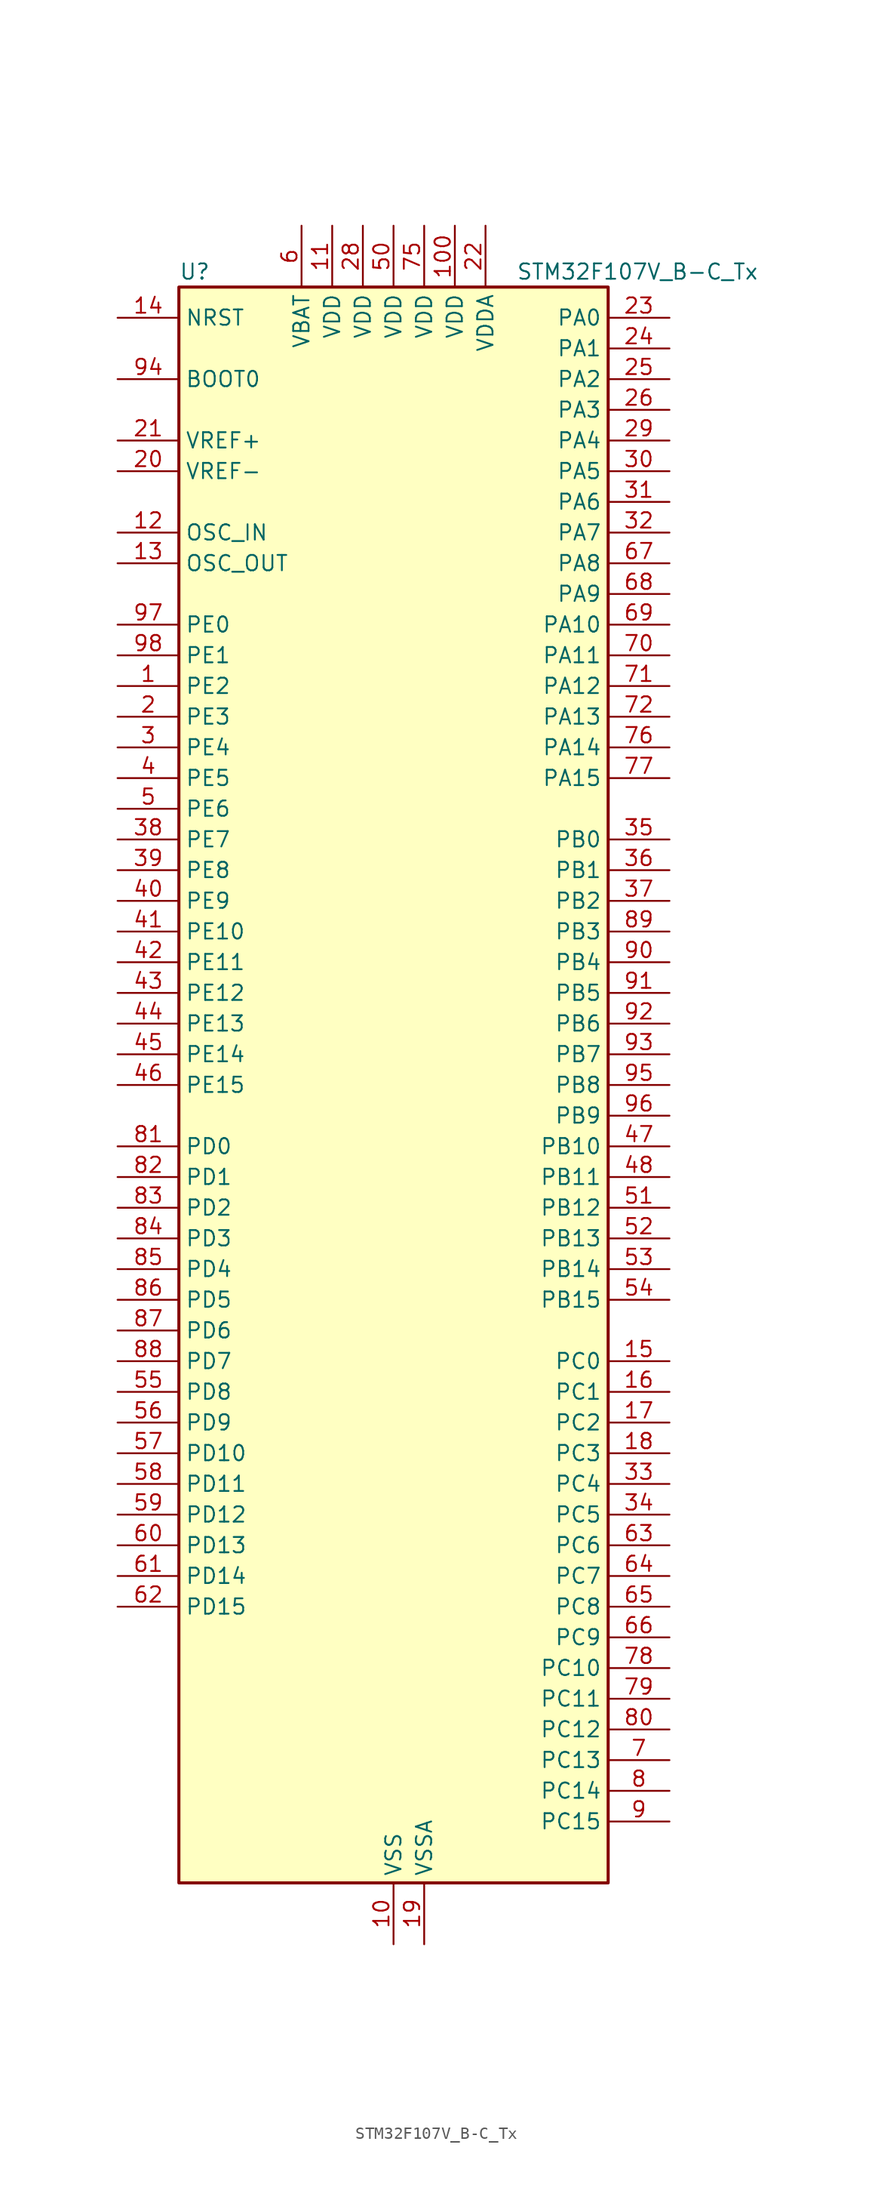
<source format=kicad_sym>
(kicad_symbol_lib
  (version 20231120)
  (generator "kicad_symbol_editor")
  (generator_version "8.0")
  (symbol "STM32F107V_B-C_Tx"
    (property "Reference" "U"
      (at -17.78 67.31 0)
      (effects (font (size 1.27 1.27)) (justify left)))
    (property "Value" "STM32F107V_B-C_Tx"
      (at 10.16 67.31 0)
      (effects (font (size 1.27 1.27)) (justify left)))
    (property "ki_locked" ""
      (at 0 0 0)
      (effects (font (size 1.27 1.27))))
    (symbol "STM32F107V_B-C_Tx_0_1"
      (rectangle (start -17.78 -66.04) (end 17.78 66.04) (stroke (width 0.254) (type default)) (fill (type background))))
    (symbol "STM32F107V_B-C_Tx_1_1"
      (pin bidirectional line (at -22.86 33.02 0) (length 5.08) (name "PE2" (effects (font (size 1.27 1.27)))) (number "1" (effects (font (size 1.27 1.27)))) (alternate "SYS_TRACECLK" bidirectional line))
      (pin power_in line (at 0 -71.12 90) (length 5.08) (name "VSS" (effects (font (size 1.27 1.27)))) (number "10" (effects (font (size 1.27 1.27)))))
      (pin power_in line (at 5.08 71.12 270) (length 5.08) (name "VDD" (effects (font (size 1.27 1.27)))) (number "100" (effects (font (size 1.27 1.27)))))
      (pin power_in line (at -5.08 71.12 270) (length 5.08) (name "VDD" (effects (font (size 1.27 1.27)))) (number "11" (effects (font (size 1.27 1.27)))))
      (pin input line (at -22.86 45.72 0) (length 5.08) (name "OSC_IN" (effects (font (size 1.27 1.27)))) (number "12" (effects (font (size 1.27 1.27)))) (alternate "RCC_OSC_IN" bidirectional line))
      (pin input line (at -22.86 43.18 0) (length 5.08) (name "OSC_OUT" (effects (font (size 1.27 1.27)))) (number "13" (effects (font (size 1.27 1.27)))) (alternate "RCC_OSC_OUT" bidirectional line))
      (pin input line (at -22.86 63.5 0) (length 5.08) (name "NRST" (effects (font (size 1.27 1.27)))) (number "14" (effects (font (size 1.27 1.27)))))
      (pin bidirectional line (at 22.86 -22.86 180) (length 5.08) (name "PC0" (effects (font (size 1.27 1.27)))) (number "15" (effects (font (size 1.27 1.27)))) (alternate "ADC1_IN10" bidirectional line) (alternate "ADC2_IN10" bidirectional line))
      (pin bidirectional line (at 22.86 -25.4 180) (length 5.08) (name "PC1" (effects (font (size 1.27 1.27)))) (number "16" (effects (font (size 1.27 1.27)))) (alternate "ADC1_IN11" bidirectional line) (alternate "ADC2_IN11" bidirectional line) (alternate "ETH_MDC" bidirectional line))
      (pin bidirectional line (at 22.86 -27.94 180) (length 5.08) (name "PC2" (effects (font (size 1.27 1.27)))) (number "17" (effects (font (size 1.27 1.27)))) (alternate "ADC1_IN12" bidirectional line) (alternate "ADC2_IN12" bidirectional line) (alternate "ETH_TXD2" bidirectional line))
      (pin bidirectional line (at 22.86 -30.48 180) (length 5.08) (name "PC3" (effects (font (size 1.27 1.27)))) (number "18" (effects (font (size 1.27 1.27)))) (alternate "ADC1_IN13" bidirectional line) (alternate "ADC2_IN13" bidirectional line) (alternate "ETH_TX_CLK" bidirectional line))
      (pin power_in line (at 2.54 -71.12 90) (length 5.08) (name "VSSA" (effects (font (size 1.27 1.27)))) (number "19" (effects (font (size 1.27 1.27)))))
      (pin bidirectional line (at -22.86 30.48 0) (length 5.08) (name "PE3" (effects (font (size 1.27 1.27)))) (number "2" (effects (font (size 1.27 1.27)))) (alternate "SYS_TRACED0" bidirectional line))
      (pin input line (at -22.86 50.8 0) (length 5.08) (name "VREF-" (effects (font (size 1.27 1.27)))) (number "20" (effects (font (size 1.27 1.27)))))
      (pin input line (at -22.86 53.34 0) (length 5.08) (name "VREF+" (effects (font (size 1.27 1.27)))) (number "21" (effects (font (size 1.27 1.27)))))
      (pin power_in line (at 7.62 71.12 270) (length 5.08) (name "VDDA" (effects (font (size 1.27 1.27)))) (number "22" (effects (font (size 1.27 1.27)))))
      (pin bidirectional line (at 22.86 63.5 180) (length 5.08) (name "PA0" (effects (font (size 1.27 1.27)))) (number "23" (effects (font (size 1.27 1.27)))) (alternate "ADC1_IN0" bidirectional line) (alternate "ADC2_IN0" bidirectional line) (alternate "ETH_CRS" bidirectional line) (alternate "SYS_WKUP" bidirectional line) (alternate "TIM2_CH1" bidirectional line) (alternate "TIM2_ETR" bidirectional line) (alternate "TIM5_CH1" bidirectional line) (alternate "USART2_CTS" bidirectional line))
      (pin bidirectional line (at 22.86 60.96 180) (length 5.08) (name "PA1" (effects (font (size 1.27 1.27)))) (number "24" (effects (font (size 1.27 1.27)))) (alternate "ADC1_IN1" bidirectional line) (alternate "ADC2_IN1" bidirectional line) (alternate "ETH_REF_CLK" bidirectional line) (alternate "ETH_RX_CLK" bidirectional line) (alternate "TIM2_CH2" bidirectional line) (alternate "TIM5_CH2" bidirectional line) (alternate "USART2_RTS" bidirectional line))
      (pin bidirectional line (at 22.86 58.42 180) (length 5.08) (name "PA2" (effects (font (size 1.27 1.27)))) (number "25" (effects (font (size 1.27 1.27)))) (alternate "ADC1_IN2" bidirectional line) (alternate "ADC2_IN2" bidirectional line) (alternate "ETH_MDIO" bidirectional line) (alternate "TIM2_CH3" bidirectional line) (alternate "TIM5_CH3" bidirectional line) (alternate "USART2_TX" bidirectional line))
      (pin bidirectional line (at 22.86 55.88 180) (length 5.08) (name "PA3" (effects (font (size 1.27 1.27)))) (number "26" (effects (font (size 1.27 1.27)))) (alternate "ADC1_IN3" bidirectional line) (alternate "ADC2_IN3" bidirectional line) (alternate "ETH_COL" bidirectional line) (alternate "TIM2_CH4" bidirectional line) (alternate "TIM5_CH4" bidirectional line) (alternate "USART2_RX" bidirectional line))
      (pin passive line (at 0 -71.12 90) (length 5.08) hide (name "VSS" (effects (font (size 1.27 1.27)))) (number "27" (effects (font (size 1.27 1.27)))))
      (pin power_in line (at -2.54 71.12 270) (length 5.08) (name "VDD" (effects (font (size 1.27 1.27)))) (number "28" (effects (font (size 1.27 1.27)))))
      (pin bidirectional line (at 22.86 53.34 180) (length 5.08) (name "PA4" (effects (font (size 1.27 1.27)))) (number "29" (effects (font (size 1.27 1.27)))) (alternate "ADC1_IN4" bidirectional line) (alternate "ADC2_IN4" bidirectional line) (alternate "DAC_OUT1" bidirectional line) (alternate "I2S3_WS" bidirectional line) (alternate "SPI1_NSS" bidirectional line) (alternate "SPI3_NSS" bidirectional line) (alternate "USART2_CK" bidirectional line))
      (pin bidirectional line (at -22.86 27.94 0) (length 5.08) (name "PE4" (effects (font (size 1.27 1.27)))) (number "3" (effects (font (size 1.27 1.27)))) (alternate "SYS_TRACED1" bidirectional line))
      (pin bidirectional line (at 22.86 50.8 180) (length 5.08) (name "PA5" (effects (font (size 1.27 1.27)))) (number "30" (effects (font (size 1.27 1.27)))) (alternate "ADC1_IN5" bidirectional line) (alternate "ADC2_IN5" bidirectional line) (alternate "DAC_OUT2" bidirectional line) (alternate "SPI1_SCK" bidirectional line))
      (pin bidirectional line (at 22.86 48.26 180) (length 5.08) (name "PA6" (effects (font (size 1.27 1.27)))) (number "31" (effects (font (size 1.27 1.27)))) (alternate "ADC1_IN6" bidirectional line) (alternate "ADC2_IN6" bidirectional line) (alternate "SPI1_MISO" bidirectional line) (alternate "TIM1_BKIN" bidirectional line) (alternate "TIM3_CH1" bidirectional line))
      (pin bidirectional line (at 22.86 45.72 180) (length 5.08) (name "PA7" (effects (font (size 1.27 1.27)))) (number "32" (effects (font (size 1.27 1.27)))) (alternate "ADC1_IN7" bidirectional line) (alternate "ADC2_IN7" bidirectional line) (alternate "ETH_CRS_DV" bidirectional line) (alternate "ETH_RX_DV" bidirectional line) (alternate "SPI1_MOSI" bidirectional line) (alternate "TIM1_CH1N" bidirectional line) (alternate "TIM3_CH2" bidirectional line))
      (pin bidirectional line (at 22.86 -33.02 180) (length 5.08) (name "PC4" (effects (font (size 1.27 1.27)))) (number "33" (effects (font (size 1.27 1.27)))) (alternate "ADC1_IN14" bidirectional line) (alternate "ADC2_IN14" bidirectional line) (alternate "ETH_RXD0" bidirectional line))
      (pin bidirectional line (at 22.86 -35.56 180) (length 5.08) (name "PC5" (effects (font (size 1.27 1.27)))) (number "34" (effects (font (size 1.27 1.27)))) (alternate "ADC1_IN15" bidirectional line) (alternate "ADC2_IN15" bidirectional line) (alternate "ETH_RXD1" bidirectional line))
      (pin bidirectional line (at 22.86 20.32 180) (length 5.08) (name "PB0" (effects (font (size 1.27 1.27)))) (number "35" (effects (font (size 1.27 1.27)))) (alternate "ADC1_IN8" bidirectional line) (alternate "ADC2_IN8" bidirectional line) (alternate "ETH_RXD2" bidirectional line) (alternate "TIM1_CH2N" bidirectional line) (alternate "TIM3_CH3" bidirectional line))
      (pin bidirectional line (at 22.86 17.78 180) (length 5.08) (name "PB1" (effects (font (size 1.27 1.27)))) (number "36" (effects (font (size 1.27 1.27)))) (alternate "ADC1_IN9" bidirectional line) (alternate "ADC2_IN9" bidirectional line) (alternate "ETH_RXD3" bidirectional line) (alternate "TIM1_CH3N" bidirectional line) (alternate "TIM3_CH4" bidirectional line))
      (pin bidirectional line (at 22.86 15.24 180) (length 5.08) (name "PB2" (effects (font (size 1.27 1.27)))) (number "37" (effects (font (size 1.27 1.27)))))
      (pin bidirectional line (at -22.86 20.32 0) (length 5.08) (name "PE7" (effects (font (size 1.27 1.27)))) (number "38" (effects (font (size 1.27 1.27)))) (alternate "TIM1_ETR" bidirectional line))
      (pin bidirectional line (at -22.86 17.78 0) (length 5.08) (name "PE8" (effects (font (size 1.27 1.27)))) (number "39" (effects (font (size 1.27 1.27)))) (alternate "TIM1_CH1N" bidirectional line))
      (pin bidirectional line (at -22.86 25.4 0) (length 5.08) (name "PE5" (effects (font (size 1.27 1.27)))) (number "4" (effects (font (size 1.27 1.27)))) (alternate "SYS_TRACED2" bidirectional line))
      (pin bidirectional line (at -22.86 15.24 0) (length 5.08) (name "PE9" (effects (font (size 1.27 1.27)))) (number "40" (effects (font (size 1.27 1.27)))) (alternate "DAC_EXTI9" bidirectional line) (alternate "TIM1_CH1" bidirectional line))
      (pin bidirectional line (at -22.86 12.7 0) (length 5.08) (name "PE10" (effects (font (size 1.27 1.27)))) (number "41" (effects (font (size 1.27 1.27)))) (alternate "TIM1_CH2N" bidirectional line))
      (pin bidirectional line (at -22.86 10.16 0) (length 5.08) (name "PE11" (effects (font (size 1.27 1.27)))) (number "42" (effects (font (size 1.27 1.27)))) (alternate "ADC1_EXTI11" bidirectional line) (alternate "ADC2_EXTI11" bidirectional line) (alternate "TIM1_CH2" bidirectional line))
      (pin bidirectional line (at -22.86 7.62 0) (length 5.08) (name "PE12" (effects (font (size 1.27 1.27)))) (number "43" (effects (font (size 1.27 1.27)))) (alternate "TIM1_CH3N" bidirectional line))
      (pin bidirectional line (at -22.86 5.08 0) (length 5.08) (name "PE13" (effects (font (size 1.27 1.27)))) (number "44" (effects (font (size 1.27 1.27)))) (alternate "TIM1_CH3" bidirectional line))
      (pin bidirectional line (at -22.86 2.54 0) (length 5.08) (name "PE14" (effects (font (size 1.27 1.27)))) (number "45" (effects (font (size 1.27 1.27)))) (alternate "TIM1_CH4" bidirectional line))
      (pin bidirectional line (at -22.86 0 0) (length 5.08) (name "PE15" (effects (font (size 1.27 1.27)))) (number "46" (effects (font (size 1.27 1.27)))) (alternate "ADC1_EXTI15" bidirectional line) (alternate "ADC2_EXTI15" bidirectional line) (alternate "TIM1_BKIN" bidirectional line))
      (pin bidirectional line (at 22.86 -5.08 180) (length 5.08) (name "PB10" (effects (font (size 1.27 1.27)))) (number "47" (effects (font (size 1.27 1.27)))) (alternate "ETH_RX_ER" bidirectional line) (alternate "TIM2_CH3" bidirectional line) (alternate "USART3_TX" bidirectional line))
      (pin bidirectional line (at 22.86 -7.62 180) (length 5.08) (name "PB11" (effects (font (size 1.27 1.27)))) (number "48" (effects (font (size 1.27 1.27)))) (alternate "ADC1_EXTI11" bidirectional line) (alternate "ADC2_EXTI11" bidirectional line) (alternate "ETH_TX_EN" bidirectional line) (alternate "TIM2_CH4" bidirectional line) (alternate "USART3_RX" bidirectional line))
      (pin passive line (at 0 -71.12 90) (length 5.08) hide (name "VSS" (effects (font (size 1.27 1.27)))) (number "49" (effects (font (size 1.27 1.27)))))
      (pin bidirectional line (at -22.86 22.86 0) (length 5.08) (name "PE6" (effects (font (size 1.27 1.27)))) (number "5" (effects (font (size 1.27 1.27)))) (alternate "SYS_TRACED3" bidirectional line))
      (pin power_in line (at 0 71.12 270) (length 5.08) (name "VDD" (effects (font (size 1.27 1.27)))) (number "50" (effects (font (size 1.27 1.27)))))
      (pin bidirectional line (at 22.86 -10.16 180) (length 5.08) (name "PB12" (effects (font (size 1.27 1.27)))) (number "51" (effects (font (size 1.27 1.27)))) (alternate "CAN2_RX" bidirectional line) (alternate "ETH_TXD0" bidirectional line) (alternate "I2S2_WS" bidirectional line) (alternate "SPI2_NSS" bidirectional line) (alternate "TIM1_BKIN" bidirectional line) (alternate "USART3_CK" bidirectional line))
      (pin bidirectional line (at 22.86 -12.7 180) (length 5.08) (name "PB13" (effects (font (size 1.27 1.27)))) (number "52" (effects (font (size 1.27 1.27)))) (alternate "CAN2_TX" bidirectional line) (alternate "ETH_TXD1" bidirectional line) (alternate "I2S2_CK" bidirectional line) (alternate "SPI2_SCK" bidirectional line) (alternate "TIM1_CH1N" bidirectional line) (alternate "USART3_CTS" bidirectional line))
      (pin bidirectional line (at 22.86 -15.24 180) (length 5.08) (name "PB14" (effects (font (size 1.27 1.27)))) (number "53" (effects (font (size 1.27 1.27)))) (alternate "SPI2_MISO" bidirectional line) (alternate "TIM1_CH2N" bidirectional line) (alternate "USART3_RTS" bidirectional line))
      (pin bidirectional line (at 22.86 -17.78 180) (length 5.08) (name "PB15" (effects (font (size 1.27 1.27)))) (number "54" (effects (font (size 1.27 1.27)))) (alternate "ADC1_EXTI15" bidirectional line) (alternate "ADC2_EXTI15" bidirectional line) (alternate "I2S2_SD" bidirectional line) (alternate "SPI2_MOSI" bidirectional line) (alternate "TIM1_CH3N" bidirectional line))
      (pin bidirectional line (at -22.86 -25.4 0) (length 5.08) (name "PD8" (effects (font (size 1.27 1.27)))) (number "55" (effects (font (size 1.27 1.27)))) (alternate "ETH_CRS_DV" bidirectional line) (alternate "ETH_RX_DV" bidirectional line) (alternate "USART3_TX" bidirectional line))
      (pin bidirectional line (at -22.86 -27.94 0) (length 5.08) (name "PD9" (effects (font (size 1.27 1.27)))) (number "56" (effects (font (size 1.27 1.27)))) (alternate "DAC_EXTI9" bidirectional line) (alternate "ETH_RXD0" bidirectional line) (alternate "USART3_RX" bidirectional line))
      (pin bidirectional line (at -22.86 -30.48 0) (length 5.08) (name "PD10" (effects (font (size 1.27 1.27)))) (number "57" (effects (font (size 1.27 1.27)))) (alternate "ETH_RXD1" bidirectional line) (alternate "USART3_CK" bidirectional line))
      (pin bidirectional line (at -22.86 -33.02 0) (length 5.08) (name "PD11" (effects (font (size 1.27 1.27)))) (number "58" (effects (font (size 1.27 1.27)))) (alternate "ADC1_EXTI11" bidirectional line) (alternate "ADC2_EXTI11" bidirectional line) (alternate "ETH_RXD2" bidirectional line) (alternate "USART3_CTS" bidirectional line))
      (pin bidirectional line (at -22.86 -35.56 0) (length 5.08) (name "PD12" (effects (font (size 1.27 1.27)))) (number "59" (effects (font (size 1.27 1.27)))) (alternate "ETH_RXD3" bidirectional line) (alternate "TIM4_CH1" bidirectional line) (alternate "USART3_RTS" bidirectional line))
      (pin power_in line (at -7.62 71.12 270) (length 5.08) (name "VBAT" (effects (font (size 1.27 1.27)))) (number "6" (effects (font (size 1.27 1.27)))))
      (pin bidirectional line (at -22.86 -38.1 0) (length 5.08) (name "PD13" (effects (font (size 1.27 1.27)))) (number "60" (effects (font (size 1.27 1.27)))) (alternate "TIM4_CH2" bidirectional line))
      (pin bidirectional line (at -22.86 -40.64 0) (length 5.08) (name "PD14" (effects (font (size 1.27 1.27)))) (number "61" (effects (font (size 1.27 1.27)))) (alternate "TIM4_CH3" bidirectional line))
      (pin bidirectional line (at -22.86 -43.18 0) (length 5.08) (name "PD15" (effects (font (size 1.27 1.27)))) (number "62" (effects (font (size 1.27 1.27)))) (alternate "ADC1_EXTI15" bidirectional line) (alternate "ADC2_EXTI15" bidirectional line) (alternate "TIM4_CH4" bidirectional line))
      (pin bidirectional line (at 22.86 -38.1 180) (length 5.08) (name "PC6" (effects (font (size 1.27 1.27)))) (number "63" (effects (font (size 1.27 1.27)))) (alternate "I2S2_MCK" bidirectional line) (alternate "TIM3_CH1" bidirectional line))
      (pin bidirectional line (at 22.86 -40.64 180) (length 5.08) (name "PC7" (effects (font (size 1.27 1.27)))) (number "64" (effects (font (size 1.27 1.27)))) (alternate "I2S3_MCK" bidirectional line) (alternate "TIM3_CH2" bidirectional line))
      (pin bidirectional line (at 22.86 -43.18 180) (length 5.08) (name "PC8" (effects (font (size 1.27 1.27)))) (number "65" (effects (font (size 1.27 1.27)))) (alternate "TIM3_CH3" bidirectional line))
      (pin bidirectional line (at 22.86 -45.72 180) (length 5.08) (name "PC9" (effects (font (size 1.27 1.27)))) (number "66" (effects (font (size 1.27 1.27)))) (alternate "DAC_EXTI9" bidirectional line) (alternate "TIM3_CH4" bidirectional line))
      (pin bidirectional line (at 22.86 43.18 180) (length 5.08) (name "PA8" (effects (font (size 1.27 1.27)))) (number "67" (effects (font (size 1.27 1.27)))) (alternate "RCC_MCO" bidirectional line) (alternate "TIM1_CH1" bidirectional line) (alternate "USART1_CK" bidirectional line) (alternate "USB_OTG_FS_SOF" bidirectional line))
      (pin bidirectional line (at 22.86 40.64 180) (length 5.08) (name "PA9" (effects (font (size 1.27 1.27)))) (number "68" (effects (font (size 1.27 1.27)))) (alternate "DAC_EXTI9" bidirectional line) (alternate "TIM1_CH2" bidirectional line) (alternate "USART1_TX" bidirectional line) (alternate "USB_OTG_FS_VBUS" bidirectional line))
      (pin bidirectional line (at 22.86 38.1 180) (length 5.08) (name "PA10" (effects (font (size 1.27 1.27)))) (number "69" (effects (font (size 1.27 1.27)))) (alternate "TIM1_CH3" bidirectional line) (alternate "USART1_RX" bidirectional line) (alternate "USB_OTG_FS_ID" bidirectional line))
      (pin bidirectional line (at 22.86 -55.88 180) (length 5.08) (name "PC13" (effects (font (size 1.27 1.27)))) (number "7" (effects (font (size 1.27 1.27)))) (alternate "RTC_OUT" bidirectional line) (alternate "RTC_TAMPER" bidirectional line))
      (pin bidirectional line (at 22.86 35.56 180) (length 5.08) (name "PA11" (effects (font (size 1.27 1.27)))) (number "70" (effects (font (size 1.27 1.27)))) (alternate "ADC1_EXTI11" bidirectional line) (alternate "ADC2_EXTI11" bidirectional line) (alternate "CAN1_RX" bidirectional line) (alternate "TIM1_CH4" bidirectional line) (alternate "USART1_CTS" bidirectional line) (alternate "USB_OTG_FS_DM" bidirectional line))
      (pin bidirectional line (at 22.86 33.02 180) (length 5.08) (name "PA12" (effects (font (size 1.27 1.27)))) (number "71" (effects (font (size 1.27 1.27)))) (alternate "CAN1_TX" bidirectional line) (alternate "TIM1_ETR" bidirectional line) (alternate "USART1_RTS" bidirectional line) (alternate "USB_OTG_FS_DP" bidirectional line))
      (pin bidirectional line (at 22.86 30.48 180) (length 5.08) (name "PA13" (effects (font (size 1.27 1.27)))) (number "72" (effects (font (size 1.27 1.27)))) (alternate "SYS_JTMS-SWDIO" bidirectional line))
      (pin no_connect line (at -17.78 -66.04 0) (length 5.08) hide (name "NC" (effects (font (size 1.27 1.27)))) (number "73" (effects (font (size 1.27 1.27)))))
      (pin passive line (at 0 -71.12 90) (length 5.08) hide (name "VSS" (effects (font (size 1.27 1.27)))) (number "74" (effects (font (size 1.27 1.27)))))
      (pin power_in line (at 2.54 71.12 270) (length 5.08) (name "VDD" (effects (font (size 1.27 1.27)))) (number "75" (effects (font (size 1.27 1.27)))))
      (pin bidirectional line (at 22.86 27.94 180) (length 5.08) (name "PA14" (effects (font (size 1.27 1.27)))) (number "76" (effects (font (size 1.27 1.27)))) (alternate "SYS_JTCK-SWCLK" bidirectional line))
      (pin bidirectional line (at 22.86 25.4 180) (length 5.08) (name "PA15" (effects (font (size 1.27 1.27)))) (number "77" (effects (font (size 1.27 1.27)))) (alternate "ADC1_EXTI15" bidirectional line) (alternate "ADC2_EXTI15" bidirectional line) (alternate "I2S3_WS" bidirectional line) (alternate "SPI1_NSS" bidirectional line) (alternate "SPI3_NSS" bidirectional line) (alternate "SYS_JTDI" bidirectional line) (alternate "TIM2_CH1" bidirectional line) (alternate "TIM2_ETR" bidirectional line))
      (pin bidirectional line (at 22.86 -48.26 180) (length 5.08) (name "PC10" (effects (font (size 1.27 1.27)))) (number "78" (effects (font (size 1.27 1.27)))) (alternate "I2S3_CK" bidirectional line) (alternate "SPI3_SCK" bidirectional line) (alternate "UART4_TX" bidirectional line) (alternate "USART3_TX" bidirectional line))
      (pin bidirectional line (at 22.86 -50.8 180) (length 5.08) (name "PC11" (effects (font (size 1.27 1.27)))) (number "79" (effects (font (size 1.27 1.27)))) (alternate "ADC1_EXTI11" bidirectional line) (alternate "ADC2_EXTI11" bidirectional line) (alternate "SPI3_MISO" bidirectional line) (alternate "UART4_RX" bidirectional line) (alternate "USART3_RX" bidirectional line))
      (pin bidirectional line (at 22.86 -58.42 180) (length 5.08) (name "PC14" (effects (font (size 1.27 1.27)))) (number "8" (effects (font (size 1.27 1.27)))) (alternate "RCC_OSC32_IN" bidirectional line))
      (pin bidirectional line (at 22.86 -53.34 180) (length 5.08) (name "PC12" (effects (font (size 1.27 1.27)))) (number "80" (effects (font (size 1.27 1.27)))) (alternate "I2S3_SD" bidirectional line) (alternate "SPI3_MOSI" bidirectional line) (alternate "UART5_TX" bidirectional line) (alternate "USART3_CK" bidirectional line))
      (pin bidirectional line (at -22.86 -5.08 0) (length 5.08) (name "PD0" (effects (font (size 1.27 1.27)))) (number "81" (effects (font (size 1.27 1.27)))) (alternate "CAN1_RX" bidirectional line))
      (pin bidirectional line (at -22.86 -7.62 0) (length 5.08) (name "PD1" (effects (font (size 1.27 1.27)))) (number "82" (effects (font (size 1.27 1.27)))) (alternate "CAN1_TX" bidirectional line))
      (pin bidirectional line (at -22.86 -10.16 0) (length 5.08) (name "PD2" (effects (font (size 1.27 1.27)))) (number "83" (effects (font (size 1.27 1.27)))) (alternate "TIM3_ETR" bidirectional line) (alternate "UART5_RX" bidirectional line))
      (pin bidirectional line (at -22.86 -12.7 0) (length 5.08) (name "PD3" (effects (font (size 1.27 1.27)))) (number "84" (effects (font (size 1.27 1.27)))) (alternate "USART2_CTS" bidirectional line))
      (pin bidirectional line (at -22.86 -15.24 0) (length 5.08) (name "PD4" (effects (font (size 1.27 1.27)))) (number "85" (effects (font (size 1.27 1.27)))) (alternate "USART2_RTS" bidirectional line))
      (pin bidirectional line (at -22.86 -17.78 0) (length 5.08) (name "PD5" (effects (font (size 1.27 1.27)))) (number "86" (effects (font (size 1.27 1.27)))) (alternate "USART2_TX" bidirectional line))
      (pin bidirectional line (at -22.86 -20.32 0) (length 5.08) (name "PD6" (effects (font (size 1.27 1.27)))) (number "87" (effects (font (size 1.27 1.27)))) (alternate "USART2_RX" bidirectional line))
      (pin bidirectional line (at -22.86 -22.86 0) (length 5.08) (name "PD7" (effects (font (size 1.27 1.27)))) (number "88" (effects (font (size 1.27 1.27)))) (alternate "USART2_CK" bidirectional line))
      (pin bidirectional line (at 22.86 12.7 180) (length 5.08) (name "PB3" (effects (font (size 1.27 1.27)))) (number "89" (effects (font (size 1.27 1.27)))) (alternate "I2S3_CK" bidirectional line) (alternate "SPI1_SCK" bidirectional line) (alternate "SPI3_SCK" bidirectional line) (alternate "SYS_JTDO" bidirectional line) (alternate "SYS_TRACESWO" bidirectional line) (alternate "TIM2_CH2" bidirectional line))
      (pin bidirectional line (at 22.86 -60.96 180) (length 5.08) (name "PC15" (effects (font (size 1.27 1.27)))) (number "9" (effects (font (size 1.27 1.27)))) (alternate "ADC1_EXTI15" bidirectional line) (alternate "ADC2_EXTI15" bidirectional line) (alternate "RCC_OSC32_OUT" bidirectional line))
      (pin bidirectional line (at 22.86 10.16 180) (length 5.08) (name "PB4" (effects (font (size 1.27 1.27)))) (number "90" (effects (font (size 1.27 1.27)))) (alternate "SPI1_MISO" bidirectional line) (alternate "SPI3_MISO" bidirectional line) (alternate "SYS_NJTRST" bidirectional line) (alternate "TIM3_CH1" bidirectional line))
      (pin bidirectional line (at 22.86 7.62 180) (length 5.08) (name "PB5" (effects (font (size 1.27 1.27)))) (number "91" (effects (font (size 1.27 1.27)))) (alternate "CAN2_RX" bidirectional line) (alternate "ETH_PPS_OUT" bidirectional line) (alternate "I2C1_SMBA" bidirectional line) (alternate "I2S3_SD" bidirectional line) (alternate "SPI1_MOSI" bidirectional line) (alternate "SPI3_MOSI" bidirectional line) (alternate "TIM3_CH2" bidirectional line))
      (pin bidirectional line (at 22.86 5.08 180) (length 5.08) (name "PB6" (effects (font (size 1.27 1.27)))) (number "92" (effects (font (size 1.27 1.27)))) (alternate "CAN2_TX" bidirectional line) (alternate "I2C1_SCL" bidirectional line) (alternate "TIM4_CH1" bidirectional line) (alternate "USART1_TX" bidirectional line))
      (pin bidirectional line (at 22.86 2.54 180) (length 5.08) (name "PB7" (effects (font (size 1.27 1.27)))) (number "93" (effects (font (size 1.27 1.27)))) (alternate "I2C1_SDA" bidirectional line) (alternate "TIM4_CH2" bidirectional line) (alternate "USART1_RX" bidirectional line))
      (pin input line (at -22.86 58.42 0) (length 5.08) (name "BOOT0" (effects (font (size 1.27 1.27)))) (number "94" (effects (font (size 1.27 1.27)))))
      (pin bidirectional line (at 22.86 0 180) (length 5.08) (name "PB8" (effects (font (size 1.27 1.27)))) (number "95" (effects (font (size 1.27 1.27)))) (alternate "CAN1_RX" bidirectional line) (alternate "ETH_TXD3" bidirectional line) (alternate "I2C1_SCL" bidirectional line) (alternate "TIM4_CH3" bidirectional line))
      (pin bidirectional line (at 22.86 -2.54 180) (length 5.08) (name "PB9" (effects (font (size 1.27 1.27)))) (number "96" (effects (font (size 1.27 1.27)))) (alternate "CAN1_TX" bidirectional line) (alternate "DAC_EXTI9" bidirectional line) (alternate "I2C1_SDA" bidirectional line) (alternate "TIM4_CH4" bidirectional line))
      (pin bidirectional line (at -22.86 38.1 0) (length 5.08) (name "PE0" (effects (font (size 1.27 1.27)))) (number "97" (effects (font (size 1.27 1.27)))) (alternate "TIM4_ETR" bidirectional line))
      (pin bidirectional line (at -22.86 35.56 0) (length 5.08) (name "PE1" (effects (font (size 1.27 1.27)))) (number "98" (effects (font (size 1.27 1.27)))))
      (pin passive line (at 0 -71.12 90) (length 5.08) hide (name "VSS" (effects (font (size 1.27 1.27)))) (number "99" (effects (font (size 1.27 1.27))))))))
</source>
